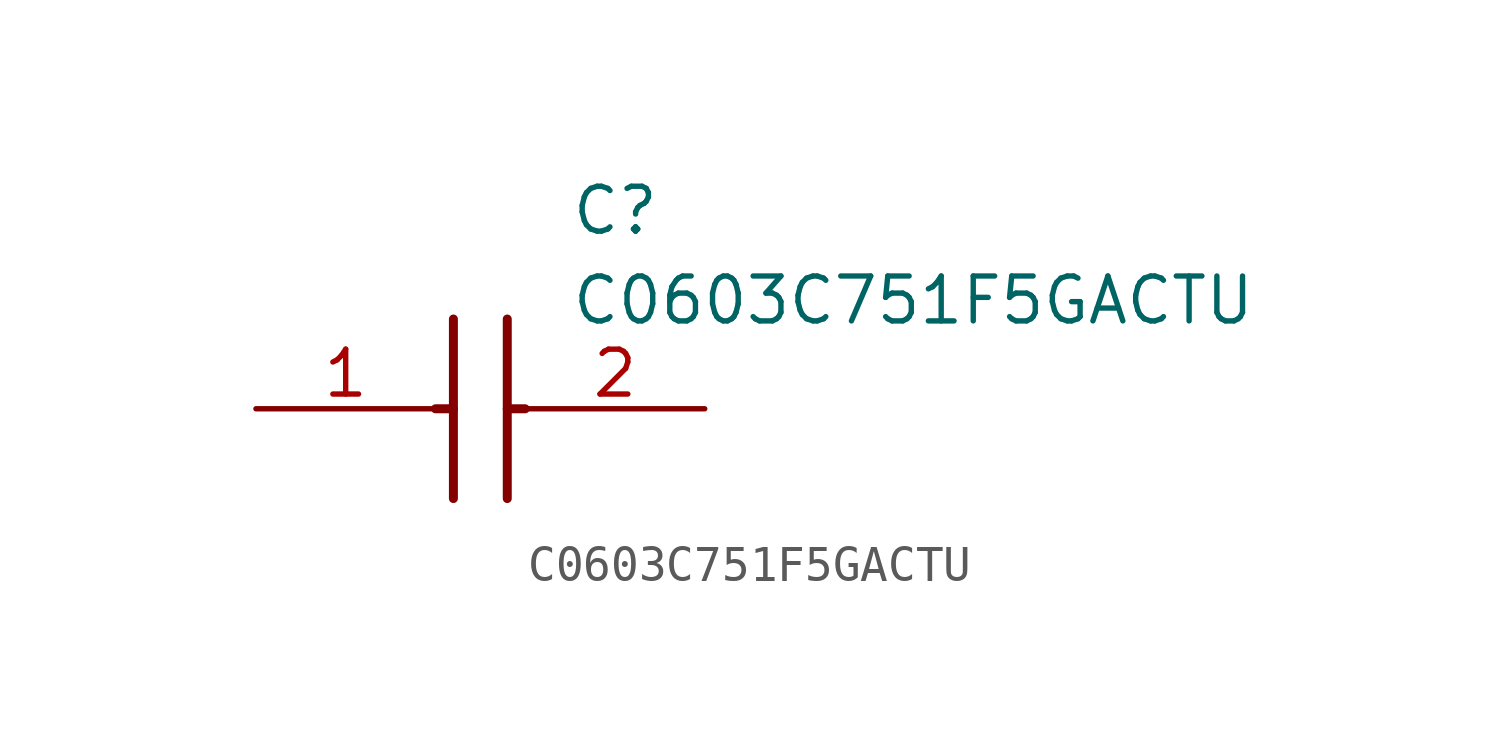
<source format=kicad_sym>
(kicad_symbol_lib
  (version 20211014)
  (generator SamacSys_ECAD_Model)
  (symbol "C0603C751F5GACTU"
    (pin_names hide)
    (property "Reference" "C"
      (at 8.89 6.35 0)
      (effects (font (size 1.27 1.27)) (justify left top)))
    (property "Value" "C0603C751F5GACTU"
      (at 8.89 3.81 0)
      (effects (font (size 1.27 1.27)) (justify left top)))
    (polyline
      (pts (xy 5.588 2.54) (xy 5.588 -2.54))
      (stroke (width 0.254) (type default))
      (fill (type none)))
    (polyline
      (pts (xy 7.112 2.54) (xy 7.112 -2.54))
      (stroke (width 0.254) (type default))
      (fill (type none)))
    (polyline
      (pts (xy 5.08 0) (xy 5.588 0))
      (stroke (width 0.254) (type default))
      (fill (type none)))
    (polyline
      (pts (xy 7.112 0) (xy 7.62 0))
      (stroke (width 0.254) (type default))
      (fill (type none)))
    (pin passive line
      (at 0 0 0)
      (length 5.08)
      (name "1" (effects (font (size 1.27 1.27))))
      (number "1" (effects (font (size 1.27 1.27)))))
    (pin passive line
      (at 12.7 0 180)
      (length 5.08)
      (name "2" (effects (font (size 1.27 1.27))))
      (number "2" (effects (font (size 1.27 1.27)))))))
</source>
